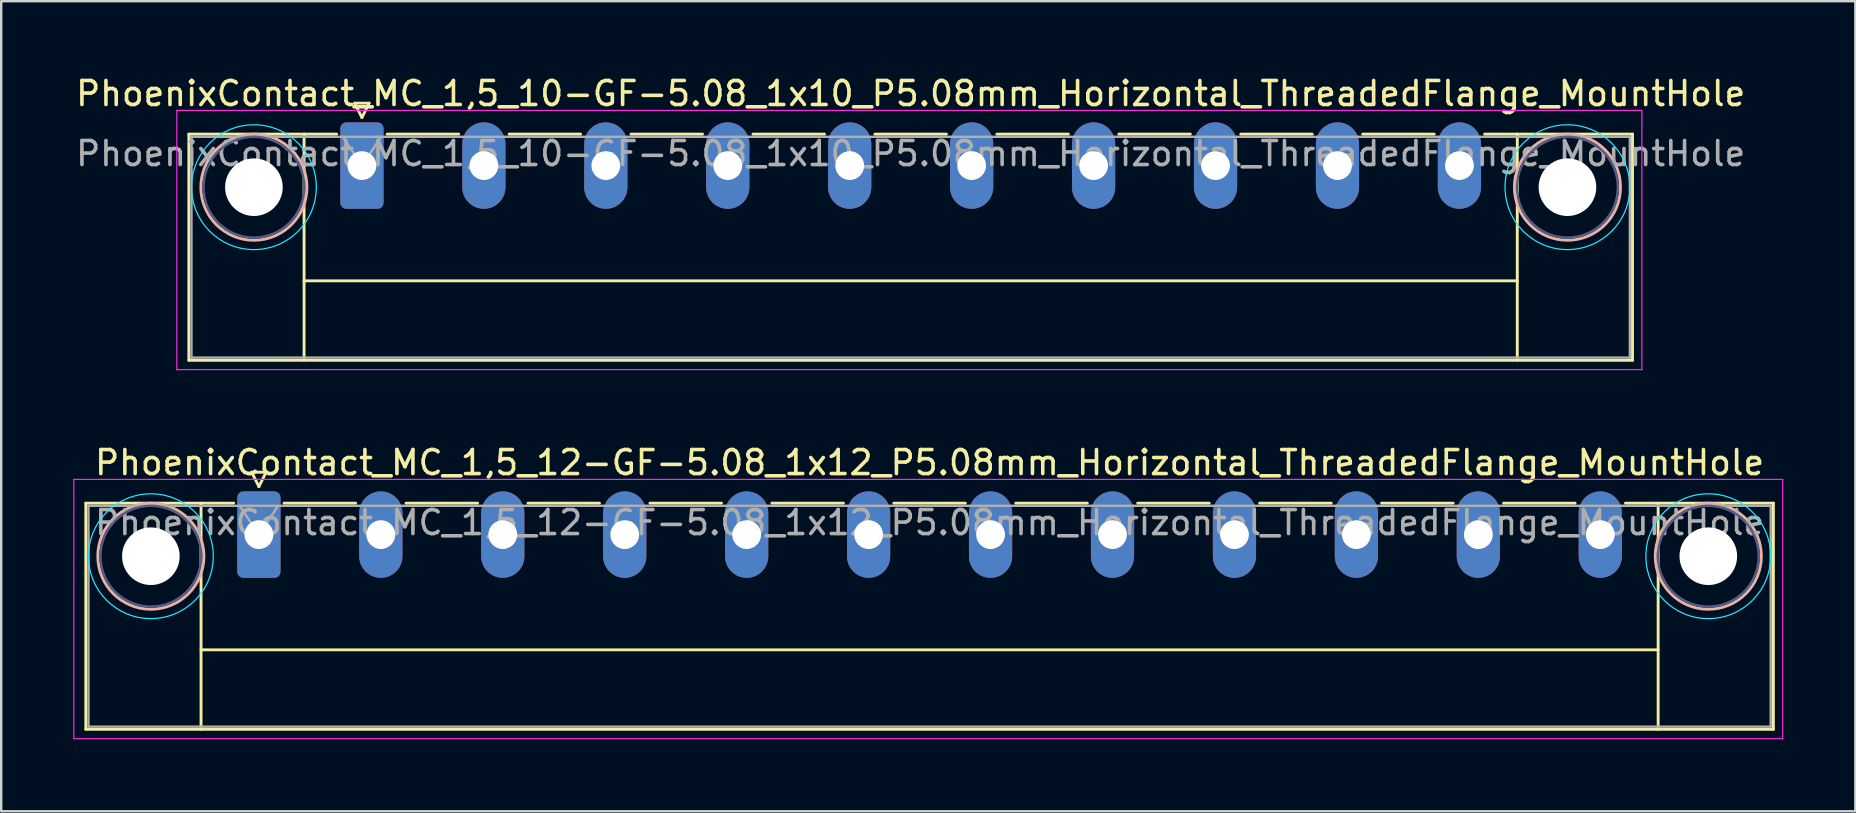
<source format=kicad_pcb>
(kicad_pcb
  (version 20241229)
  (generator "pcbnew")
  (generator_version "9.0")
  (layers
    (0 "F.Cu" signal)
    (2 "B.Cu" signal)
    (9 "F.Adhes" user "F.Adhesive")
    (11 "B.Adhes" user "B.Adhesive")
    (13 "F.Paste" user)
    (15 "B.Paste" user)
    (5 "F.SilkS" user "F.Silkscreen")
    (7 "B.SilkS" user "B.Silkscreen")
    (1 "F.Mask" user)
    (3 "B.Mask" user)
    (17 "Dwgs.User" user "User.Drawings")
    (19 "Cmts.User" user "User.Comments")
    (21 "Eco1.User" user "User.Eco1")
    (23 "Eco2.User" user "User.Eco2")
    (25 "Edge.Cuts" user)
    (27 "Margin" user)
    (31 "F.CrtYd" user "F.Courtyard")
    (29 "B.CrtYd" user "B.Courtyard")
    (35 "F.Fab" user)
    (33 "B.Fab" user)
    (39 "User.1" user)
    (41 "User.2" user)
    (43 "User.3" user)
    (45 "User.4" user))
  (footprint "PhoenixContact_MC_1,5_12-GF-5.08_1x12_P5.08mm_Horizontal_ThreadedFlange_MountHole"
    (layer "F.Cu")
    (at 7.735 19.221)
    (property "Reference" "PhoenixContact_MC_1,5_12-GF-5.08_1x12_P5.08mm_Horizontal_ThreadedFlange_MountHole" (at 27.94 -3 0) (layer "F.SilkS") (effects (font (size 1 1) (thickness 0.15))))
    (attr through_hole)
    (fp_line (start -7.21 -1.31) (end -7.21 8.11) (stroke (width 0.12) (type solid)) (layer "F.SilkS"))
    (fp_line (start -7.21 -1.31) (end -1.05 -1.31) (stroke (width 0.12) (type solid)) (layer "F.SilkS"))
    (fp_line (start -7.21 8.11) (end 63.09 8.11) (stroke (width 0.12) (type solid)) (layer "F.SilkS"))
    (fp_line (start -2.41 -1.31) (end -2.41 8.11) (stroke (width 0.12) (type solid)) (layer "F.SilkS"))
    (fp_line (start -2.41 4.8) (end 58.29 4.8) (stroke (width 0.12) (type solid)) (layer "F.SilkS"))
    (fp_line (start -0.3 -2.6) (end 0.3 -2.6) (stroke (width 0.12) (type solid)) (layer "F.SilkS"))
    (fp_line (start 0 -2) (end -0.3 -2.6) (stroke (width 0.12) (type solid)) (layer "F.SilkS"))
    (fp_line (start 0.3 -2.6) (end 0 -2) (stroke (width 0.12) (type solid)) (layer "F.SilkS"))
    (fp_line (start 1.05 -1.31) (end 4.03 -1.31) (stroke (width 0.12) (type solid)) (layer "F.SilkS"))
    (fp_line (start 6.13 -1.31) (end 9.11 -1.31) (stroke (width 0.12) (type solid)) (layer "F.SilkS"))
    (fp_line (start 11.21 -1.31) (end 14.19 -1.31) (stroke (width 0.12) (type solid)) (layer "F.SilkS"))
    (fp_line (start 16.29 -1.31) (end 19.27 -1.31) (stroke (width 0.12) (type solid)) (layer "F.SilkS"))
    (fp_line (start 21.37 -1.31) (end 24.35 -1.31) (stroke (width 0.12) (type solid)) (layer "F.SilkS"))
    (fp_line (start 26.45 -1.31) (end 29.43 -1.31) (stroke (width 0.12) (type solid)) (layer "F.SilkS"))
    (fp_line (start 31.53 -1.31) (end 34.51 -1.31) (stroke (width 0.12) (type solid)) (layer "F.SilkS"))
    (fp_line (start 36.61 -1.31) (end 39.59 -1.31) (stroke (width 0.12) (type solid)) (layer "F.SilkS"))
    (fp_line (start 41.69 -1.31) (end 44.67 -1.31) (stroke (width 0.12) (type solid)) (layer "F.SilkS"))
    (fp_line (start 46.77 -1.31) (end 49.75 -1.31) (stroke (width 0.12) (type solid)) (layer "F.SilkS"))
    (fp_line (start 51.85 -1.31) (end 54.83 -1.31) (stroke (width 0.12) (type solid)) (layer "F.SilkS"))
    (fp_line (start 58.29 -1.31) (end 58.29 8.11) (stroke (width 0.12) (type solid)) (layer "F.SilkS"))
    (fp_line (start 63.09 -1.31) (end 56.93 -1.31) (stroke (width 0.12) (type solid)) (layer "F.SilkS"))
    (fp_line (start 63.09 8.11) (end 63.09 -1.31) (stroke (width 0.12) (type solid)) (layer "F.SilkS"))
    (fp_circle (center -4.5 0.9) (end -2.29 0.9) (stroke (width 0.12) (type solid)) (fill no) (layer "B.SilkS"))
    (fp_circle (center 60.38 0.9) (end 62.59 0.9) (stroke (width 0.12) (type solid)) (fill no) (layer "B.SilkS"))
    (fp_circle (center -4.5 0.9) (end -1.9 0.9) (stroke (width 0.05) (type solid)) (fill no) (layer "B.CrtYd"))
    (fp_circle (center 60.38 0.9) (end 62.98 0.9) (stroke (width 0.05) (type solid)) (fill no) (layer "B.CrtYd"))
    (fp_line (start -7.71 -2.3) (end -7.71 8.5) (stroke (width 0.05) (type solid)) (layer "F.CrtYd"))
    (fp_line (start -7.71 8.5) (end 63.48 8.5) (stroke (width 0.05) (type solid)) (layer "F.CrtYd"))
    (fp_line (start 63.48 -2.3) (end -7.71 -2.3) (stroke (width 0.05) (type solid)) (layer "F.CrtYd"))
    (fp_line (start 63.48 8.5) (end 63.48 -2.3) (stroke (width 0.05) (type solid)) (layer "F.CrtYd"))
    (fp_circle (center -4.5 0.9) (end -2.4 0.9) (stroke (width 0.1) (type solid)) (fill no) (layer "B.Fab"))
    (fp_circle (center 60.38 0.9) (end 62.48 0.9) (stroke (width 0.1) (type solid)) (fill no) (layer "B.Fab"))
    (fp_line (start -7.1 -1.2) (end -7.1 8) (stroke (width 0.1) (type solid)) (layer "F.Fab"))
    (fp_line (start -7.1 8) (end 62.98 8) (stroke (width 0.1) (type solid)) (layer "F.Fab"))
    (fp_line (start 0 0) (end -0.8 -1.2) (stroke (width 0.1) (type solid)) (layer "F.Fab"))
    (fp_line (start 0.8 -1.2) (end 0 0) (stroke (width 0.1) (type solid)) (layer "F.Fab"))
    (fp_line (start 62.98 -1.2) (end -7.1 -1.2) (stroke (width 0.1) (type solid)) (layer "F.Fab"))
    (fp_line (start 62.98 8) (end 62.98 -1.2) (stroke (width 0.1) (type solid)) (layer "F.Fab"))
    (fp_text user "${REFERENCE}" (at 27.94 -0.5 0) (layer "F.Fab") (effects (font (size 1 1) (thickness 0.15))))
    (pad "" np_thru_hole circle (at -4.5 0.9) (size 2.4 2.4) (drill 2.4) (layers "*.Cu" "*.Mask"))
    (pad "" np_thru_hole circle (at 60.38 0.9) (size 2.4 2.4) (drill 2.4) (layers "*.Cu" "*.Mask"))
    (pad "1" thru_hole roundrect (at 0 0) (size 1.8 3.6) (drill 1.2) (layers "*.Cu" "*.Mask") (roundrect_rratio 0.139))
    (pad "2" thru_hole oval (at 5.08 0) (size 1.8 3.6) (drill 1.2) (layers "*.Cu" "*.Mask"))
    (pad "3" thru_hole oval (at 10.16 0) (size 1.8 3.6) (drill 1.2) (layers "*.Cu" "*.Mask"))
    (pad "4" thru_hole oval (at 15.24 0) (size 1.8 3.6) (drill 1.2) (layers "*.Cu" "*.Mask"))
    (pad "5" thru_hole oval (at 20.32 0) (size 1.8 3.6) (drill 1.2) (layers "*.Cu" "*.Mask"))
    (pad "6" thru_hole oval (at 25.4 0) (size 1.8 3.6) (drill 1.2) (layers "*.Cu" "*.Mask"))
    (pad "7" thru_hole oval (at 30.48 0) (size 1.8 3.6) (drill 1.2) (layers "*.Cu" "*.Mask"))
    (pad "8" thru_hole oval (at 35.56 0) (size 1.8 3.6) (drill 1.2) (layers "*.Cu" "*.Mask"))
    (pad "9" thru_hole oval (at 40.64 0) (size 1.8 3.6) (drill 1.2) (layers "*.Cu" "*.Mask"))
    (pad "10" thru_hole oval (at 45.72 0) (size 1.8 3.6) (drill 1.2) (layers "*.Cu" "*.Mask"))
    (pad "11" thru_hole oval (at 50.8 0) (size 1.8 3.6) (drill 1.2) (layers "*.Cu" "*.Mask"))
    (pad "12" thru_hole oval (at 55.88 0) (size 1.8 3.6) (drill 1.2) (layers "*.Cu" "*.Mask")))
  (footprint "PhoenixContact_MC_1,5_10-GF-5.08_1x10_P5.08mm_Horizontal_ThreadedFlange_MountHole"
    (layer "F.Cu")
    (at 12.027 3.848)
    (property "Reference" "PhoenixContact_MC_1,5_10-GF-5.08_1x10_P5.08mm_Horizontal_ThreadedFlange_MountHole" (at 22.86 -3 0) (layer "F.SilkS") (effects (font (size 1 1) (thickness 0.15))))
    (attr through_hole)
    (fp_line (start -7.21 -1.31) (end -7.21 8.11) (stroke (width 0.12) (type solid)) (layer "F.SilkS"))
    (fp_line (start -7.21 -1.31) (end -1.05 -1.31) (stroke (width 0.12) (type solid)) (layer "F.SilkS"))
    (fp_line (start -7.21 8.11) (end 52.93 8.11) (stroke (width 0.12) (type solid)) (layer "F.SilkS"))
    (fp_line (start -2.41 -1.31) (end -2.41 8.11) (stroke (width 0.12) (type solid)) (layer "F.SilkS"))
    (fp_line (start -2.41 4.8) (end 48.13 4.8) (stroke (width 0.12) (type solid)) (layer "F.SilkS"))
    (fp_line (start -0.3 -2.6) (end 0.3 -2.6) (stroke (width 0.12) (type solid)) (layer "F.SilkS"))
    (fp_line (start 0 -2) (end -0.3 -2.6) (stroke (width 0.12) (type solid)) (layer "F.SilkS"))
    (fp_line (start 0.3 -2.6) (end 0 -2) (stroke (width 0.12) (type solid)) (layer "F.SilkS"))
    (fp_line (start 1.05 -1.31) (end 4.03 -1.31) (stroke (width 0.12) (type solid)) (layer "F.SilkS"))
    (fp_line (start 6.13 -1.31) (end 9.11 -1.31) (stroke (width 0.12) (type solid)) (layer "F.SilkS"))
    (fp_line (start 11.21 -1.31) (end 14.19 -1.31) (stroke (width 0.12) (type solid)) (layer "F.SilkS"))
    (fp_line (start 16.29 -1.31) (end 19.27 -1.31) (stroke (width 0.12) (type solid)) (layer "F.SilkS"))
    (fp_line (start 21.37 -1.31) (end 24.35 -1.31) (stroke (width 0.12) (type solid)) (layer "F.SilkS"))
    (fp_line (start 26.45 -1.31) (end 29.43 -1.31) (stroke (width 0.12) (type solid)) (layer "F.SilkS"))
    (fp_line (start 31.53 -1.31) (end 34.51 -1.31) (stroke (width 0.12) (type solid)) (layer "F.SilkS"))
    (fp_line (start 36.61 -1.31) (end 39.59 -1.31) (stroke (width 0.12) (type solid)) (layer "F.SilkS"))
    (fp_line (start 41.69 -1.31) (end 44.67 -1.31) (stroke (width 0.12) (type solid)) (layer "F.SilkS"))
    (fp_line (start 48.13 -1.31) (end 48.13 8.11) (stroke (width 0.12) (type solid)) (layer "F.SilkS"))
    (fp_line (start 52.93 -1.31) (end 46.77 -1.31) (stroke (width 0.12) (type solid)) (layer "F.SilkS"))
    (fp_line (start 52.93 8.11) (end 52.93 -1.31) (stroke (width 0.12) (type solid)) (layer "F.SilkS"))
    (fp_circle (center -4.5 0.9) (end -2.29 0.9) (stroke (width 0.12) (type solid)) (fill no) (layer "B.SilkS"))
    (fp_circle (center 50.22 0.9) (end 52.43 0.9) (stroke (width 0.12) (type solid)) (fill no) (layer "B.SilkS"))
    (fp_circle (center -4.5 0.9) (end -1.9 0.9) (stroke (width 0.05) (type solid)) (fill no) (layer "B.CrtYd"))
    (fp_circle (center 50.22 0.9) (end 52.82 0.9) (stroke (width 0.05) (type solid)) (fill no) (layer "B.CrtYd"))
    (fp_line (start -7.71 -2.3) (end -7.71 8.5) (stroke (width 0.05) (type solid)) (layer "F.CrtYd"))
    (fp_line (start -7.71 8.5) (end 53.32 8.5) (stroke (width 0.05) (type solid)) (layer "F.CrtYd"))
    (fp_line (start 53.32 -2.3) (end -7.71 -2.3) (stroke (width 0.05) (type solid)) (layer "F.CrtYd"))
    (fp_line (start 53.32 8.5) (end 53.32 -2.3) (stroke (width 0.05) (type solid)) (layer "F.CrtYd"))
    (fp_circle (center -4.5 0.9) (end -2.4 0.9) (stroke (width 0.1) (type solid)) (fill no) (layer "B.Fab"))
    (fp_circle (center 50.22 0.9) (end 52.32 0.9) (stroke (width 0.1) (type solid)) (fill no) (layer "B.Fab"))
    (fp_line (start -7.1 -1.2) (end -7.1 8) (stroke (width 0.1) (type solid)) (layer "F.Fab"))
    (fp_line (start -7.1 8) (end 52.82 8) (stroke (width 0.1) (type solid)) (layer "F.Fab"))
    (fp_line (start 0 0) (end -0.8 -1.2) (stroke (width 0.1) (type solid)) (layer "F.Fab"))
    (fp_line (start 0.8 -1.2) (end 0 0) (stroke (width 0.1) (type solid)) (layer "F.Fab"))
    (fp_line (start 52.82 -1.2) (end -7.1 -1.2) (stroke (width 0.1) (type solid)) (layer "F.Fab"))
    (fp_line (start 52.82 8) (end 52.82 -1.2) (stroke (width 0.1) (type solid)) (layer "F.Fab"))
    (fp_text user "${REFERENCE}" (at 22.86 -0.5 0) (layer "F.Fab") (effects (font (size 1 1) (thickness 0.15))))
    (pad "" np_thru_hole circle (at -4.5 0.9) (size 2.4 2.4) (drill 2.4) (layers "*.Cu" "*.Mask"))
    (pad "" np_thru_hole circle (at 50.22 0.9) (size 2.4 2.4) (drill 2.4) (layers "*.Cu" "*.Mask"))
    (pad "1" thru_hole roundrect (at 0 0) (size 1.8 3.6) (drill 1.2) (layers "*.Cu" "*.Mask") (roundrect_rratio 0.139))
    (pad "2" thru_hole oval (at 5.08 0) (size 1.8 3.6) (drill 1.2) (layers "*.Cu" "*.Mask"))
    (pad "3" thru_hole oval (at 10.16 0) (size 1.8 3.6) (drill 1.2) (layers "*.Cu" "*.Mask"))
    (pad "4" thru_hole oval (at 15.24 0) (size 1.8 3.6) (drill 1.2) (layers "*.Cu" "*.Mask"))
    (pad "5" thru_hole oval (at 20.32 0) (size 1.8 3.6) (drill 1.2) (layers "*.Cu" "*.Mask"))
    (pad "6" thru_hole oval (at 25.4 0) (size 1.8 3.6) (drill 1.2) (layers "*.Cu" "*.Mask"))
    (pad "7" thru_hole oval (at 30.48 0) (size 1.8 3.6) (drill 1.2) (layers "*.Cu" "*.Mask"))
    (pad "8" thru_hole oval (at 35.56 0) (size 1.8 3.6) (drill 1.2) (layers "*.Cu" "*.Mask"))
    (pad "9" thru_hole oval (at 40.64 0) (size 1.8 3.6) (drill 1.2) (layers "*.Cu" "*.Mask"))
    (pad "10" thru_hole oval (at 45.72 0) (size 1.8 3.6) (drill 1.2) (layers "*.Cu" "*.Mask")))
  (gr_rect
    (start -3 -3)
    (end 74.24 30.747)
    (stroke (width 0.1) (type default))
    (fill no)
    (layer "Edge.Cuts")))
</source>
